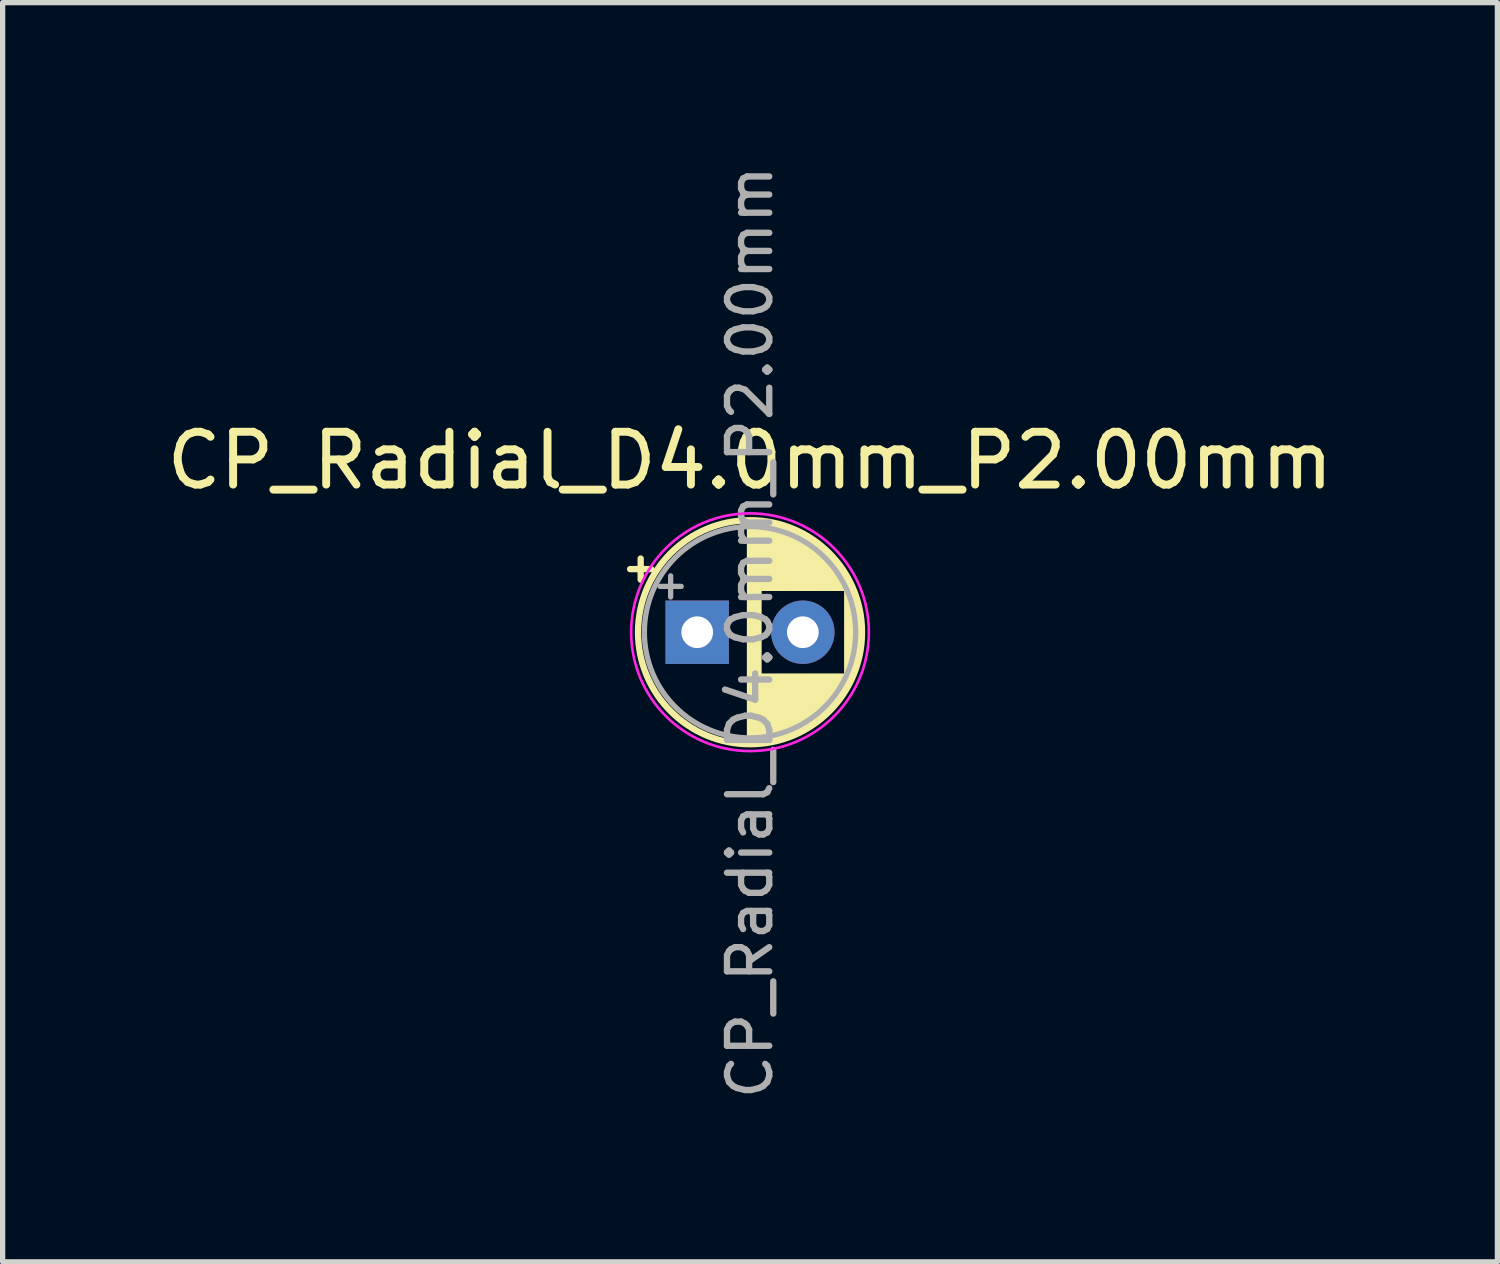
<source format=kicad_pcb>
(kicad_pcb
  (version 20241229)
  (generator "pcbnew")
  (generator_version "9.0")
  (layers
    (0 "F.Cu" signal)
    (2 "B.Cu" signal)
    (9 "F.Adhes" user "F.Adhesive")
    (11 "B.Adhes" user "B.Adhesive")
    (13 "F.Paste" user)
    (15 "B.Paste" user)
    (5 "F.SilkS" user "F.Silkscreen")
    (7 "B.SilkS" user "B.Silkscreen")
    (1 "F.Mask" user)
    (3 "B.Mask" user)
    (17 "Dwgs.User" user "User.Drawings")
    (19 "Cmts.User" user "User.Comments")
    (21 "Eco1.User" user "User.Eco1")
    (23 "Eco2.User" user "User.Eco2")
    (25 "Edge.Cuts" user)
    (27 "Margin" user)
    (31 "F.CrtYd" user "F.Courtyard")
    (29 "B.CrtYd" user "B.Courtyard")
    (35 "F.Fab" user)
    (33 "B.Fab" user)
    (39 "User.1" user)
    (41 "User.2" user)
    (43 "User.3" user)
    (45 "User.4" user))
  (footprint "CP_Radial_D4.0mm_P2.00mm"
    (layer "F.Cu")
    (at 10.149 8.919)
    (property "Reference" "CP_Radial_D4.0mm_P2.00mm" (at 1 -3.25 0) (layer "F.SilkS") (effects (font (size 1 1) (thickness 0.15))))
    (attr through_hole)
    (fp_line (start -1.27 -1.195) (end -0.87 -1.195) (stroke (width 0.12) (type solid)) (layer "F.SilkS"))
    (fp_line (start -1.07 -1.395) (end -1.07 -0.995) (stroke (width 0.12) (type solid)) (layer "F.SilkS"))
    (fp_line (start 1 -2.08) (end 1 2.08) (stroke (width 0.12) (type solid)) (layer "F.SilkS"))
    (fp_line (start 1.04 -2.08) (end 1.04 2.08) (stroke (width 0.12) (type solid)) (layer "F.SilkS"))
    (fp_line (start 1.08 -2.079) (end 1.08 2.079) (stroke (width 0.12) (type solid)) (layer "F.SilkS"))
    (fp_line (start 1.12 -2.077) (end 1.12 2.077) (stroke (width 0.12) (type solid)) (layer "F.SilkS"))
    (fp_line (start 1.16 -2.074) (end 1.16 2.074) (stroke (width 0.12) (type solid)) (layer "F.SilkS"))
    (fp_line (start 1.2 -2.071) (end 1.2 -0.84) (stroke (width 0.12) (type solid)) (layer "F.SilkS"))
    (fp_line (start 1.2 0.84) (end 1.2 2.071) (stroke (width 0.12) (type solid)) (layer "F.SilkS"))
    (fp_line (start 1.24 -2.067) (end 1.24 -0.84) (stroke (width 0.12) (type solid)) (layer "F.SilkS"))
    (fp_line (start 1.24 0.84) (end 1.24 2.067) (stroke (width 0.12) (type solid)) (layer "F.SilkS"))
    (fp_line (start 1.28 -2.062) (end 1.28 -0.84) (stroke (width 0.12) (type solid)) (layer "F.SilkS"))
    (fp_line (start 1.28 0.84) (end 1.28 2.062) (stroke (width 0.12) (type solid)) (layer "F.SilkS"))
    (fp_line (start 1.32 -2.056) (end 1.32 -0.84) (stroke (width 0.12) (type solid)) (layer "F.SilkS"))
    (fp_line (start 1.32 0.84) (end 1.32 2.056) (stroke (width 0.12) (type solid)) (layer "F.SilkS"))
    (fp_line (start 1.36 -2.05) (end 1.36 -0.84) (stroke (width 0.12) (type solid)) (layer "F.SilkS"))
    (fp_line (start 1.36 0.84) (end 1.36 2.05) (stroke (width 0.12) (type solid)) (layer "F.SilkS"))
    (fp_line (start 1.4 -2.042) (end 1.4 -0.84) (stroke (width 0.12) (type solid)) (layer "F.SilkS"))
    (fp_line (start 1.4 0.84) (end 1.4 2.042) (stroke (width 0.12) (type solid)) (layer "F.SilkS"))
    (fp_line (start 1.44 -2.034) (end 1.44 -0.84) (stroke (width 0.12) (type solid)) (layer "F.SilkS"))
    (fp_line (start 1.44 0.84) (end 1.44 2.034) (stroke (width 0.12) (type solid)) (layer "F.SilkS"))
    (fp_line (start 1.48 -2.025) (end 1.48 -0.84) (stroke (width 0.12) (type solid)) (layer "F.SilkS"))
    (fp_line (start 1.48 0.84) (end 1.48 2.025) (stroke (width 0.12) (type solid)) (layer "F.SilkS"))
    (fp_line (start 1.52 -2.016) (end 1.52 -0.84) (stroke (width 0.12) (type solid)) (layer "F.SilkS"))
    (fp_line (start 1.52 0.84) (end 1.52 2.016) (stroke (width 0.12) (type solid)) (layer "F.SilkS"))
    (fp_line (start 1.56 -2.005) (end 1.56 -0.84) (stroke (width 0.12) (type solid)) (layer "F.SilkS"))
    (fp_line (start 1.56 0.84) (end 1.56 2.005) (stroke (width 0.12) (type solid)) (layer "F.SilkS"))
    (fp_line (start 1.6 -1.994) (end 1.6 -0.84) (stroke (width 0.12) (type solid)) (layer "F.SilkS"))
    (fp_line (start 1.6 0.84) (end 1.6 1.994) (stroke (width 0.12) (type solid)) (layer "F.SilkS"))
    (fp_line (start 1.64 -1.982) (end 1.64 -0.84) (stroke (width 0.12) (type solid)) (layer "F.SilkS"))
    (fp_line (start 1.64 0.84) (end 1.64 1.982) (stroke (width 0.12) (type solid)) (layer "F.SilkS"))
    (fp_line (start 1.68 -1.968) (end 1.68 -0.84) (stroke (width 0.12) (type solid)) (layer "F.SilkS"))
    (fp_line (start 1.68 0.84) (end 1.68 1.968) (stroke (width 0.12) (type solid)) (layer "F.SilkS"))
    (fp_line (start 1.721 -1.954) (end 1.721 -0.84) (stroke (width 0.12) (type solid)) (layer "F.SilkS"))
    (fp_line (start 1.721 0.84) (end 1.721 1.954) (stroke (width 0.12) (type solid)) (layer "F.SilkS"))
    (fp_line (start 1.761 -1.94) (end 1.761 -0.84) (stroke (width 0.12) (type solid)) (layer "F.SilkS"))
    (fp_line (start 1.761 0.84) (end 1.761 1.94) (stroke (width 0.12) (type solid)) (layer "F.SilkS"))
    (fp_line (start 1.801 -1.924) (end 1.801 -0.84) (stroke (width 0.12) (type solid)) (layer "F.SilkS"))
    (fp_line (start 1.801 0.84) (end 1.801 1.924) (stroke (width 0.12) (type solid)) (layer "F.SilkS"))
    (fp_line (start 1.841 -1.907) (end 1.841 -0.84) (stroke (width 0.12) (type solid)) (layer "F.SilkS"))
    (fp_line (start 1.841 0.84) (end 1.841 1.907) (stroke (width 0.12) (type solid)) (layer "F.SilkS"))
    (fp_line (start 1.881 -1.889) (end 1.881 -0.84) (stroke (width 0.12) (type solid)) (layer "F.SilkS"))
    (fp_line (start 1.881 0.84) (end 1.881 1.889) (stroke (width 0.12) (type solid)) (layer "F.SilkS"))
    (fp_line (start 1.921 -1.87) (end 1.921 -0.84) (stroke (width 0.12) (type solid)) (layer "F.SilkS"))
    (fp_line (start 1.921 0.84) (end 1.921 1.87) (stroke (width 0.12) (type solid)) (layer "F.SilkS"))
    (fp_line (start 1.961 -1.851) (end 1.961 -0.84) (stroke (width 0.12) (type solid)) (layer "F.SilkS"))
    (fp_line (start 1.961 0.84) (end 1.961 1.851) (stroke (width 0.12) (type solid)) (layer "F.SilkS"))
    (fp_line (start 2.001 -1.83) (end 2.001 -0.84) (stroke (width 0.12) (type solid)) (layer "F.SilkS"))
    (fp_line (start 2.001 0.84) (end 2.001 1.83) (stroke (width 0.12) (type solid)) (layer "F.SilkS"))
    (fp_line (start 2.041 -1.808) (end 2.041 -0.84) (stroke (width 0.12) (type solid)) (layer "F.SilkS"))
    (fp_line (start 2.041 0.84) (end 2.041 1.808) (stroke (width 0.12) (type solid)) (layer "F.SilkS"))
    (fp_line (start 2.081 -1.785) (end 2.081 -0.84) (stroke (width 0.12) (type solid)) (layer "F.SilkS"))
    (fp_line (start 2.081 0.84) (end 2.081 1.785) (stroke (width 0.12) (type solid)) (layer "F.SilkS"))
    (fp_line (start 2.121 -1.76) (end 2.121 -0.84) (stroke (width 0.12) (type solid)) (layer "F.SilkS"))
    (fp_line (start 2.121 0.84) (end 2.121 1.76) (stroke (width 0.12) (type solid)) (layer "F.SilkS"))
    (fp_line (start 2.161 -1.735) (end 2.161 -0.84) (stroke (width 0.12) (type solid)) (layer "F.SilkS"))
    (fp_line (start 2.161 0.84) (end 2.161 1.735) (stroke (width 0.12) (type solid)) (layer "F.SilkS"))
    (fp_line (start 2.201 -1.708) (end 2.201 -0.84) (stroke (width 0.12) (type solid)) (layer "F.SilkS"))
    (fp_line (start 2.201 0.84) (end 2.201 1.708) (stroke (width 0.12) (type solid)) (layer "F.SilkS"))
    (fp_line (start 2.241 -1.68) (end 2.241 -0.84) (stroke (width 0.12) (type solid)) (layer "F.SilkS"))
    (fp_line (start 2.241 0.84) (end 2.241 1.68) (stroke (width 0.12) (type solid)) (layer "F.SilkS"))
    (fp_line (start 2.281 -1.65) (end 2.281 -0.84) (stroke (width 0.12) (type solid)) (layer "F.SilkS"))
    (fp_line (start 2.281 0.84) (end 2.281 1.65) (stroke (width 0.12) (type solid)) (layer "F.SilkS"))
    (fp_line (start 2.321 -1.619) (end 2.321 -0.84) (stroke (width 0.12) (type solid)) (layer "F.SilkS"))
    (fp_line (start 2.321 0.84) (end 2.321 1.619) (stroke (width 0.12) (type solid)) (layer "F.SilkS"))
    (fp_line (start 2.361 -1.587) (end 2.361 -0.84) (stroke (width 0.12) (type solid)) (layer "F.SilkS"))
    (fp_line (start 2.361 0.84) (end 2.361 1.587) (stroke (width 0.12) (type solid)) (layer "F.SilkS"))
    (fp_line (start 2.401 -1.552) (end 2.401 -0.84) (stroke (width 0.12) (type solid)) (layer "F.SilkS"))
    (fp_line (start 2.401 0.84) (end 2.401 1.552) (stroke (width 0.12) (type solid)) (layer "F.SilkS"))
    (fp_line (start 2.441 -1.516) (end 2.441 -0.84) (stroke (width 0.12) (type solid)) (layer "F.SilkS"))
    (fp_line (start 2.441 0.84) (end 2.441 1.516) (stroke (width 0.12) (type solid)) (layer "F.SilkS"))
    (fp_line (start 2.481 -1.478) (end 2.481 -0.84) (stroke (width 0.12) (type solid)) (layer "F.SilkS"))
    (fp_line (start 2.481 0.84) (end 2.481 1.478) (stroke (width 0.12) (type solid)) (layer "F.SilkS"))
    (fp_line (start 2.521 -1.438) (end 2.521 -0.84) (stroke (width 0.12) (type solid)) (layer "F.SilkS"))
    (fp_line (start 2.521 0.84) (end 2.521 1.438) (stroke (width 0.12) (type solid)) (layer "F.SilkS"))
    (fp_line (start 2.561 -1.396) (end 2.561 -0.84) (stroke (width 0.12) (type solid)) (layer "F.SilkS"))
    (fp_line (start 2.561 0.84) (end 2.561 1.396) (stroke (width 0.12) (type solid)) (layer "F.SilkS"))
    (fp_line (start 2.601 -1.351) (end 2.601 -0.84) (stroke (width 0.12) (type solid)) (layer "F.SilkS"))
    (fp_line (start 2.601 0.84) (end 2.601 1.351) (stroke (width 0.12) (type solid)) (layer "F.SilkS"))
    (fp_line (start 2.641 -1.304) (end 2.641 -0.84) (stroke (width 0.12) (type solid)) (layer "F.SilkS"))
    (fp_line (start 2.641 0.84) (end 2.641 1.304) (stroke (width 0.12) (type solid)) (layer "F.SilkS"))
    (fp_line (start 2.681 -1.254) (end 2.681 -0.84) (stroke (width 0.12) (type solid)) (layer "F.SilkS"))
    (fp_line (start 2.681 0.84) (end 2.681 1.254) (stroke (width 0.12) (type solid)) (layer "F.SilkS"))
    (fp_line (start 2.721 -1.2) (end 2.721 -0.84) (stroke (width 0.12) (type solid)) (layer "F.SilkS"))
    (fp_line (start 2.721 0.84) (end 2.721 1.2) (stroke (width 0.12) (type solid)) (layer "F.SilkS"))
    (fp_line (start 2.761 -1.142) (end 2.761 -0.84) (stroke (width 0.12) (type solid)) (layer "F.SilkS"))
    (fp_line (start 2.761 0.84) (end 2.761 1.142) (stroke (width 0.12) (type solid)) (layer "F.SilkS"))
    (fp_line (start 2.801 -1.08) (end 2.801 -0.84) (stroke (width 0.12) (type solid)) (layer "F.SilkS"))
    (fp_line (start 2.801 0.84) (end 2.801 1.08) (stroke (width 0.12) (type solid)) (layer "F.SilkS"))
    (fp_line (start 2.841 -1.013) (end 2.841 1.013) (stroke (width 0.12) (type solid)) (layer "F.SilkS"))
    (fp_line (start 2.881 -0.94) (end 2.881 0.94) (stroke (width 0.12) (type solid)) (layer "F.SilkS"))
    (fp_line (start 2.921 -0.859) (end 2.921 0.859) (stroke (width 0.12) (type solid)) (layer "F.SilkS"))
    (fp_line (start 2.961 -0.768) (end 2.961 0.768) (stroke (width 0.12) (type solid)) (layer "F.SilkS"))
    (fp_line (start 3.001 -0.664) (end 3.001 0.664) (stroke (width 0.12) (type solid)) (layer "F.SilkS"))
    (fp_line (start 3.041 -0.537) (end 3.041 0.537) (stroke (width 0.12) (type solid)) (layer "F.SilkS"))
    (fp_line (start 3.081 -0.37) (end 3.081 0.37) (stroke (width 0.12) (type solid)) (layer "F.SilkS"))
    (fp_circle (center 1 0) (end 3.12 0) (stroke (width 0.12) (type solid)) (fill no) (layer "F.SilkS"))
    (fp_circle (center 1 0) (end 3.25 0) (stroke (width 0.05) (type solid)) (fill no) (layer "F.CrtYd"))
    (fp_line (start -0.703 -0.868) (end -0.303 -0.868) (stroke (width 0.1) (type solid)) (layer "F.Fab"))
    (fp_line (start -0.503 -1.067) (end -0.503 -0.667) (stroke (width 0.1) (type solid)) (layer "F.Fab"))
    (fp_circle (center 1 0) (end 3 0) (stroke (width 0.1) (type solid)) (fill no) (layer "F.Fab"))
    (fp_text user "${REFERENCE}" (at 1 0 270) (layer "F.Fab") (effects (font (size 0.8 0.8) (thickness 0.12))))
    (pad "1" thru_hole rect (at 0 0) (size 1.2 1.2) (drill 0.6) (layers "*.Cu" "*.Mask"))
    (pad "2" thru_hole circle (at 2 0) (size 1.2 1.2) (drill 0.6) (layers "*.Cu" "*.Mask")))
  (gr_rect
    (start -3 -3)
    (end 25.298 20.838)
    (stroke (width 0.1) (type default))
    (fill no)
    (layer "Edge.Cuts")))
</source>
